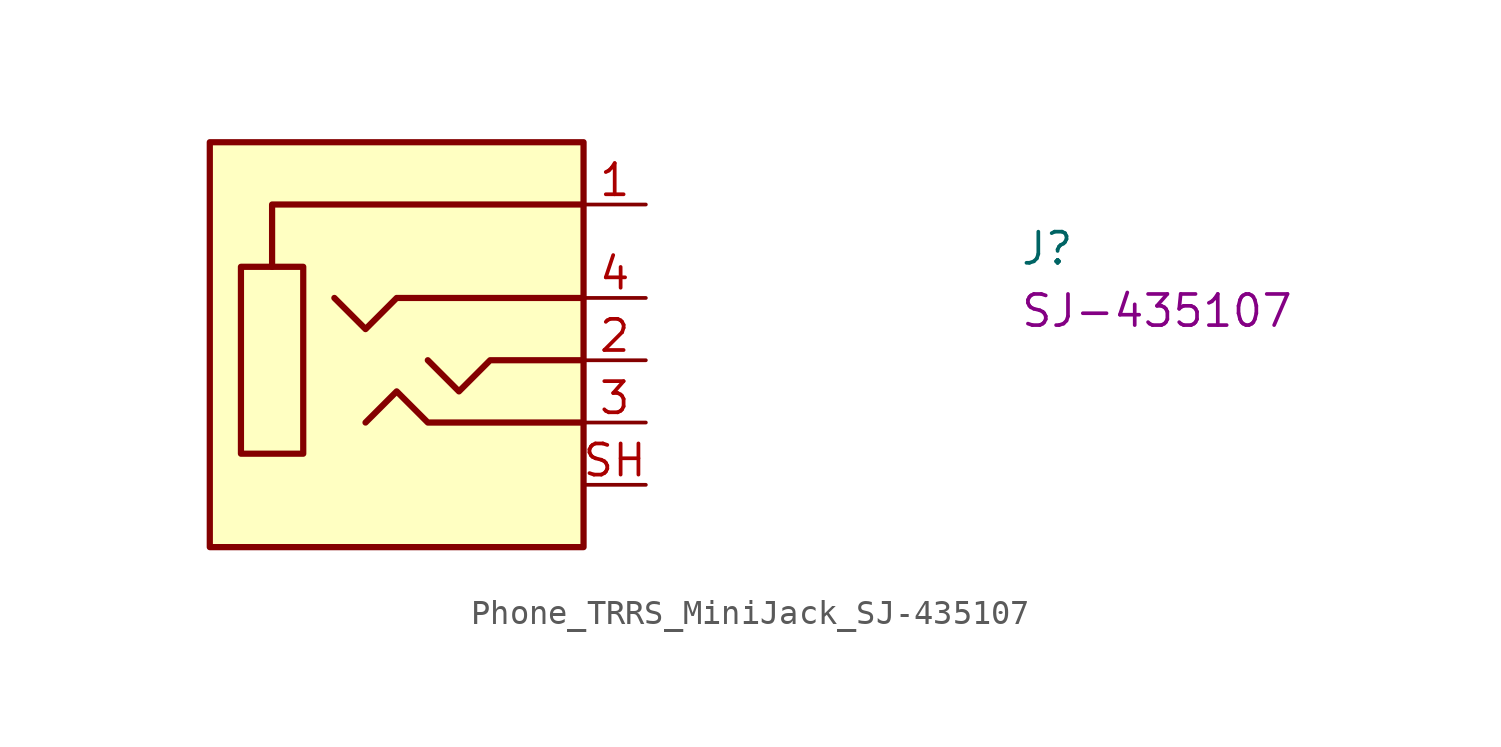
<source format=kicad_sym>
(kicad_symbol_lib
  (version 20220914)
  (generator kicad_symbol_editor)
  (symbol "Phone_TRRS_MiniJack_SJ-435107"
    (pin_names hide)
    (property "Reference" "J"
      (at 15.24 -2.54 0)
      (effects (font (size 1.27 1.27) (thickness 0.15)) (justify left bottom)))
    (property "MPN" "SJ-435107"
      (at 15.24 -5.08 0)
      (effects (font (size 1.27 1.27) (thickness 0.15)) (justify left bottom)))
    (symbol "Phone_TRRS_MiniJack_SJ-435107_1_1"
      (rectangle (start -17.78 -13.97) (end -2.54 2.54) (stroke (width 0.254) (type default)) (fill (type background)))
      (rectangle (start -16.51 -2.54) (end -13.97 -10.16) (stroke (width 0.254) (type default)) (fill (type background)))
      (polyline (pts (xy -15.24 -2.54) (xy -15.24 0) (xy -2.54 0)) (stroke (width 0.254) (type default)) (fill (type background)))
      (polyline (pts (xy -2.54 -8.89) (xy -8.89 -8.89) (xy -10.16 -7.62) (xy -11.43 -8.89)) (stroke (width 0.254) (type default)) (fill (type background)))
      (polyline (pts (xy -2.54 -6.35) (xy -6.35 -6.35) (xy -7.62 -7.62) (xy -8.89 -6.35)) (stroke (width 0.254) (type default)) (fill (type background)))
      (polyline (pts (xy -2.54 -3.81) (xy -10.16 -3.81) (xy -11.43 -5.08) (xy -12.7 -3.81)) (stroke (width 0.254) (type default)) (fill (type background)))
      (pin passive line (at 0 0 180) (length 2.54) (name "GND" (effects (font (size 1.27 1.27)))) (number "1" (effects (font (size 1.27 1.27)))))
      (pin passive line (at 0 -6.35 180) (length 2.54) (name "TIP" (effects (font (size 1.27 1.27)))) (number "2" (effects (font (size 1.27 1.27)))))
      (pin passive line (at 0 -8.89 180) (length 2.54) (name "RING_1" (effects (font (size 1.27 1.27)))) (number "3" (effects (font (size 1.27 1.27)))))
      (pin passive line (at 0 -3.81 180) (length 2.54) (name "RING_2" (effects (font (size 1.27 1.27)))) (number "4" (effects (font (size 1.27 1.27)))))
      (pin passive line (at 0 -11.43 180) (length 2.54) (name "SH" (effects (font (size 1.27 1.27)))) (number "SH" (effects (font (size 1.27 1.27))))))))
</source>
